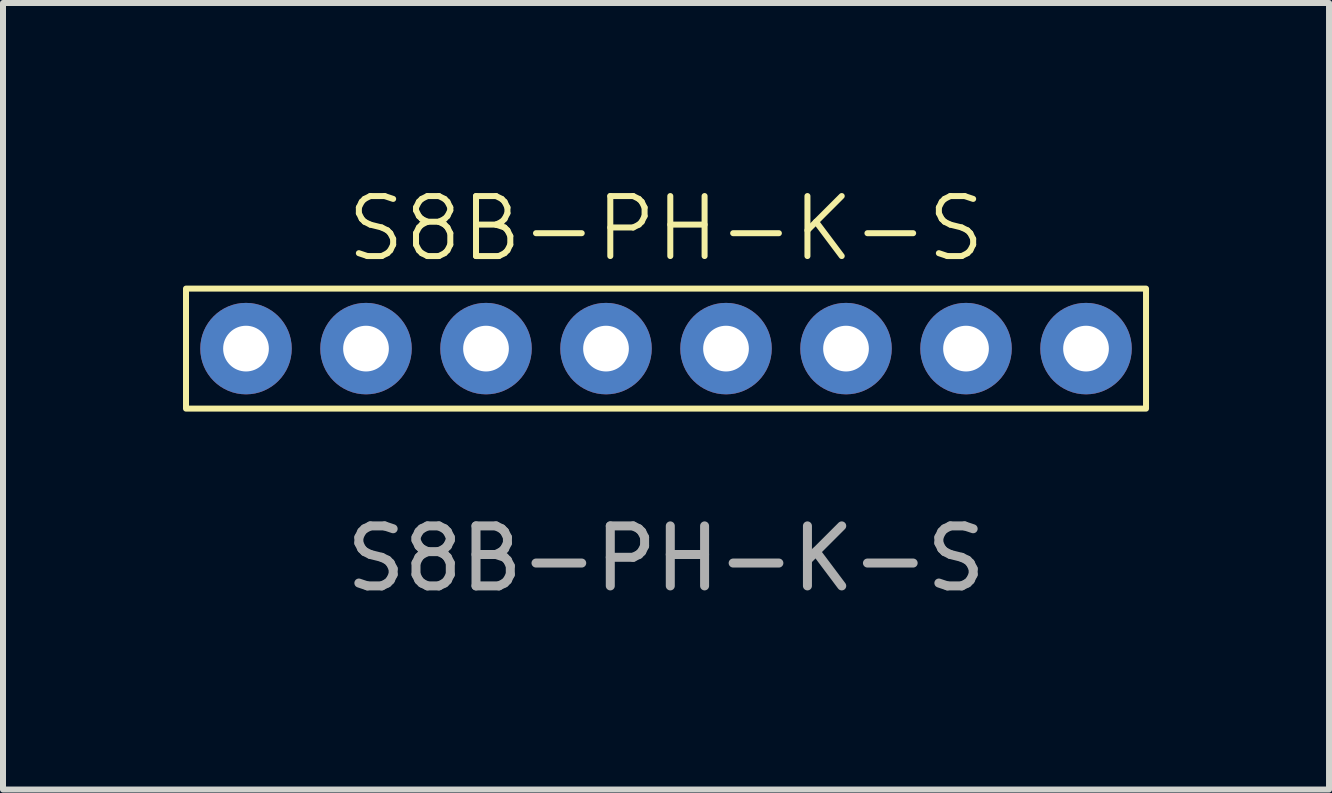
<source format=kicad_pcb>
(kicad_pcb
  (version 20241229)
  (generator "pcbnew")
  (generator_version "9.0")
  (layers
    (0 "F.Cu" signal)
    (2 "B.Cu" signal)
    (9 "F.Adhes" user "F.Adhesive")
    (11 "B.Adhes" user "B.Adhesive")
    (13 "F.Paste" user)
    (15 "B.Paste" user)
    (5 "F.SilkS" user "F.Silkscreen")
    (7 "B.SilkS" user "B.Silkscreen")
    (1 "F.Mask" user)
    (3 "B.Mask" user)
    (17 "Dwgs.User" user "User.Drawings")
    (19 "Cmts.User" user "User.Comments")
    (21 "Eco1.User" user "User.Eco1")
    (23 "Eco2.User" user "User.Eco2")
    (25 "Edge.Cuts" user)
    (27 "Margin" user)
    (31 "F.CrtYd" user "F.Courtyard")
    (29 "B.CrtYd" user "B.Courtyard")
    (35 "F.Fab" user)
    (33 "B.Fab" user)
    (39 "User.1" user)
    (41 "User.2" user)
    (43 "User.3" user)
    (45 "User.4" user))
  (footprint "S8B-PH-K-S"
    (layer "F.Cu")
    (at 8.05 2.76)
    (property "Reference" "S8B-PH-K-S" (at 0 -2 0) (unlocked yes) (layer "F.SilkS") (effects (font (size 1 1) (thickness 0.1))))
    (attr through_hole)
    (fp_rect (start -8 -1) (end 8 1) (stroke (width 0.1) (type default)) (fill no) (layer "F.SilkS"))
    (fp_text user "${REFERENCE}" (at 0 3.5 0) (unlocked yes) (layer "F.Fab") (effects (font (size 1 1) (thickness 0.15))))
    (pad "1" thru_hole circle (at -7 0) (size 1.524 1.524) (drill 0.762) (layers "*.Cu" "*.Mask"))
    (pad "2" thru_hole circle (at -5 0) (size 1.524 1.524) (drill 0.762) (layers "*.Cu" "*.Mask"))
    (pad "3" thru_hole circle (at -3 0) (size 1.524 1.524) (drill 0.762) (layers "*.Cu" "*.Mask"))
    (pad "4" thru_hole circle (at -1 0) (size 1.524 1.524) (drill 0.762) (layers "*.Cu" "*.Mask"))
    (pad "5" thru_hole circle (at 1 0) (size 1.524 1.524) (drill 0.762) (layers "*.Cu" "*.Mask"))
    (pad "6" thru_hole circle (at 3 0) (size 1.524 1.524) (drill 0.762) (layers "*.Cu" "*.Mask"))
    (pad "7" thru_hole circle (at 5 0) (size 1.524 1.524) (drill 0.762) (layers "*.Cu" "*.Mask"))
    (pad "8" thru_hole circle (at 7 0) (size 1.524 1.524) (drill 0.762) (layers "*.Cu" "*.Mask")))
  (gr_rect
    (start -3 -3)
    (end 19.1 10.109)
    (stroke (width 0.1) (type default))
    (fill no)
    (layer "Edge.Cuts")))
</source>
